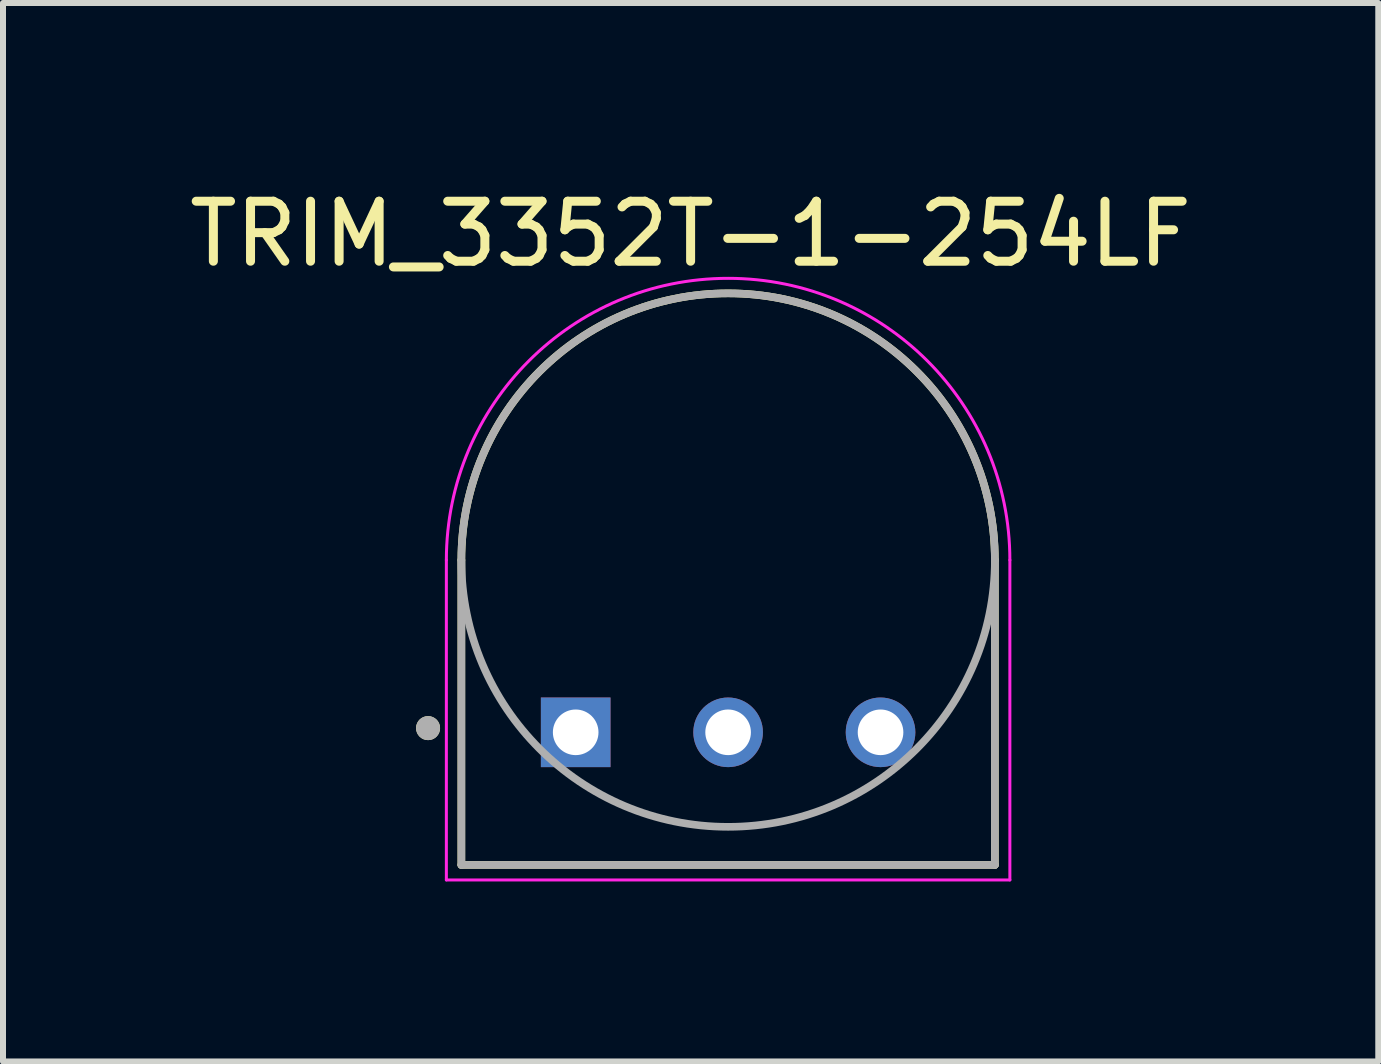
<source format=kicad_pcb>
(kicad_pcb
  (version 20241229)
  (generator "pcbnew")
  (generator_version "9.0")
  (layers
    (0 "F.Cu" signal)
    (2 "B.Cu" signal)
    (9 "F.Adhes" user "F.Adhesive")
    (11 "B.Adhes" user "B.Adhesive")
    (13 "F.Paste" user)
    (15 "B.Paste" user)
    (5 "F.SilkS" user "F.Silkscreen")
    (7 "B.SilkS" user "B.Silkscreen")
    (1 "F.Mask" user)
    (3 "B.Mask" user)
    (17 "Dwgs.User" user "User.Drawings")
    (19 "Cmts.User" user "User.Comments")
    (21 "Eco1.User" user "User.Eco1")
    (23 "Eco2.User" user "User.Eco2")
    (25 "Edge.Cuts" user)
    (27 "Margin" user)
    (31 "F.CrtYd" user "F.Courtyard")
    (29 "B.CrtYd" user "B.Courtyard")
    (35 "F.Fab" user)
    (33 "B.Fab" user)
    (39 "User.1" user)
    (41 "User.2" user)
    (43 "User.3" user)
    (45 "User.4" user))
  (footprint "TRIM_3352T-1-254LF"
    (layer "F.Cu")
    (at 9.083 6.283)
    (property "Reference" "TRIM_3352T-1-254LF" (at -0.625 -5.435 0) (layer "F.SilkS") (effects (font (size 1 1) (thickness 0.15))))
    (attr through_hole)
    (fp_line (start -4.445 0) (end -4.445 5.08) (stroke (width 0.127) (type solid)) (layer "F.SilkS"))
    (fp_line (start -4.445 5.08) (end 4.445 5.08) (stroke (width 0.127) (type solid)) (layer "F.SilkS"))
    (fp_line (start 4.445 0) (end 4.445 5.08) (stroke (width 0.127) (type solid)) (layer "F.SilkS"))
    (fp_arc (start -4.445 0) (mid 0 -4.445) (end 4.445 0) (stroke (width 0.127) (type solid)) (layer "F.SilkS"))
    (fp_circle (center -5 2.8) (end -4.9 2.8) (stroke (width 0.2) (type solid)) (fill no) (layer "F.SilkS"))
    (fp_line (start -4.695 0) (end -4.695 5.33) (stroke (width 0.05) (type solid)) (layer "F.CrtYd"))
    (fp_line (start -4.695 5.33) (end 4.695 5.33) (stroke (width 0.05) (type solid)) (layer "F.CrtYd"))
    (fp_line (start 4.695 5.33) (end 4.695 0) (stroke (width 0.05) (type solid)) (layer "F.CrtYd"))
    (fp_arc (start -4.695 0) (mid 0 -4.695) (end 4.695 0) (stroke (width 0.05) (type solid)) (layer "F.CrtYd"))
    (fp_line (start -4.445 0) (end -4.445 5.08) (stroke (width 0.127) (type solid)) (layer "F.Fab"))
    (fp_line (start -4.445 5.08) (end 4.445 5.08) (stroke (width 0.127) (type solid)) (layer "F.Fab"))
    (fp_line (start 4.445 5.08) (end 4.445 0) (stroke (width 0.127) (type solid)) (layer "F.Fab"))
    (fp_circle (center -5 2.8) (end -4.9 2.8) (stroke (width 0.2) (type solid)) (fill no) (layer "F.Fab"))
    (fp_circle (center 0 0) (end 4.445 0) (stroke (width 0.127) (type solid)) (fill no) (layer "F.Fab"))
    (pad "1" thru_hole rect (at -2.54 2.87) (size 1.16 1.16) (drill 0.76) (layers "*.Cu" "*.Mask"))
    (pad "2" thru_hole circle (at 0 2.87) (size 1.16 1.16) (drill 0.76) (layers "*.Cu" "*.Mask"))
    (pad "3" thru_hole circle (at 2.54 2.87) (size 1.16 1.16) (drill 0.76) (layers "*.Cu" "*.Mask")))
  (gr_rect
    (start -3 -3)
    (end 19.917 14.638)
    (stroke (width 0.1) (type default))
    (fill no)
    (layer "Edge.Cuts")))
</source>
